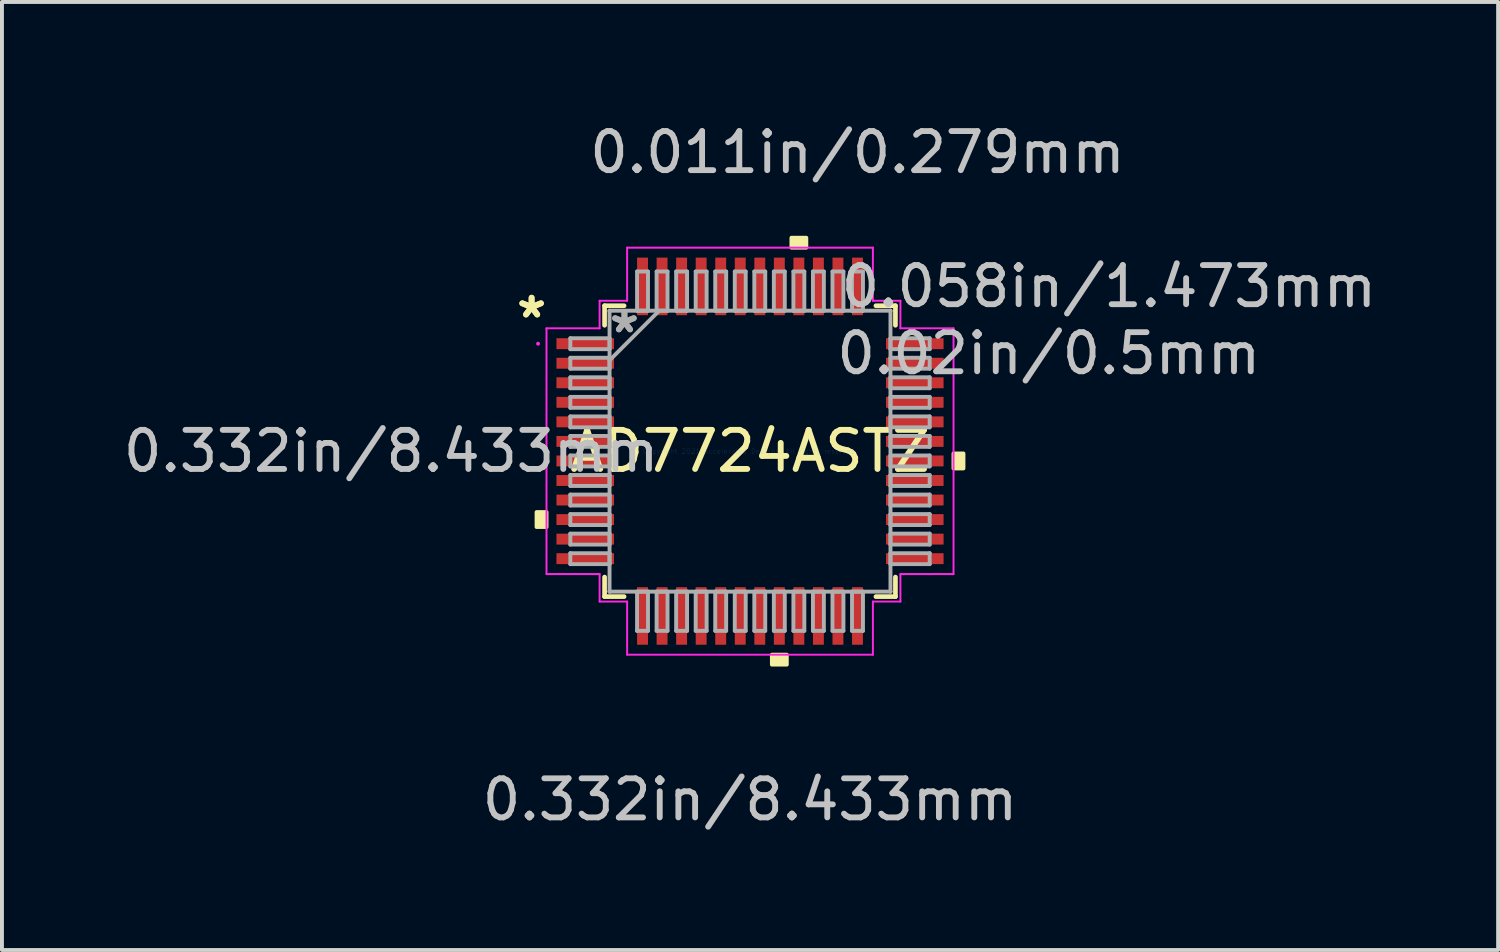
<source format=kicad_pcb>
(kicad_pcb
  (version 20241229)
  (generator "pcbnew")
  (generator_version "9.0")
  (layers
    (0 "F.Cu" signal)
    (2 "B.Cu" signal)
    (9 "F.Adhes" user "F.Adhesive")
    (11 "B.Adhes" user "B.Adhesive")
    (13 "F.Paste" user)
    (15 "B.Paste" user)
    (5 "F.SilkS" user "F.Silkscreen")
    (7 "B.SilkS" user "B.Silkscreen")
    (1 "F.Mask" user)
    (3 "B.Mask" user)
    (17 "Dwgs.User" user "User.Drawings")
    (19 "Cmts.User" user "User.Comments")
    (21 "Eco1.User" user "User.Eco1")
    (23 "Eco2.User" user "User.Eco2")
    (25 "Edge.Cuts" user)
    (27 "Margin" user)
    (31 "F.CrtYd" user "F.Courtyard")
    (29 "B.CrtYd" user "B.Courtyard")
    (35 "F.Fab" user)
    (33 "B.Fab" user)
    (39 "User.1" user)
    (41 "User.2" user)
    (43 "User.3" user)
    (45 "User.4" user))
  (footprint "AD7724ASTZ"
    (layer "F.Cu")
    (at 16.14 8.494)
    (property "Reference" "AD7724ASTZ" (at 0 0 0) (layer "F.SilkS") (effects (font (size 1 1) (thickness 0.15))))
    (attr through_hole)
    (fp_line (start -3.721 -3.721) (end -3.721 -3.222) (stroke (width 0.12) (type solid)) (layer "F.SilkS"))
    (fp_line (start -3.721 3.222) (end -3.721 3.721) (stroke (width 0.12) (type solid)) (layer "F.SilkS"))
    (fp_line (start -3.721 3.721) (end -3.222 3.721) (stroke (width 0.12) (type solid)) (layer "F.SilkS"))
    (fp_line (start -3.222 -3.721) (end -3.721 -3.721) (stroke (width 0.12) (type solid)) (layer "F.SilkS"))
    (fp_line (start 3.222 3.721) (end 3.721 3.721) (stroke (width 0.12) (type solid)) (layer "F.SilkS"))
    (fp_line (start 3.721 -3.721) (end 3.222 -3.721) (stroke (width 0.12) (type solid)) (layer "F.SilkS"))
    (fp_line (start 3.721 -3.222) (end 3.721 -3.721) (stroke (width 0.12) (type solid)) (layer "F.SilkS"))
    (fp_line (start 3.721 3.721) (end 3.721 3.222) (stroke (width 0.12) (type solid)) (layer "F.SilkS"))
    (fp_poly (pts (xy -5.461 1.559) (xy -5.461 1.94) (xy -5.207 1.94) (xy -5.207 1.559)) (stroke (width 0.1) (type solid)) (fill yes) (layer "F.SilkS"))
    (fp_poly (pts (xy 0.56 5.207) (xy 0.56 5.461) (xy 0.941 5.461) (xy 0.941 5.207)) (stroke (width 0.1) (type solid)) (fill yes) (layer "F.SilkS"))
    (fp_poly (pts (xy 1.06 -5.207) (xy 1.06 -5.461) (xy 1.44 -5.461) (xy 1.44 -5.207)) (stroke (width 0.1) (type solid)) (fill yes) (layer "F.SilkS"))
    (fp_poly (pts (xy 5.461 0.059) (xy 5.461 0.441) (xy 5.207 0.441) (xy 5.207 0.059)) (stroke (width 0.1) (type solid)) (fill yes) (layer "F.SilkS"))
    (fp_line (start -5.207 -3.144) (end -3.848 -3.144) (stroke (width 0.05) (type solid)) (layer "F.CrtYd"))
    (fp_line (start -5.207 3.144) (end -5.207 -3.144) (stroke (width 0.05) (type solid)) (layer "F.CrtYd"))
    (fp_line (start -3.848 -3.848) (end -3.144 -3.848) (stroke (width 0.05) (type solid)) (layer "F.CrtYd"))
    (fp_line (start -3.848 -3.144) (end -3.848 -3.848) (stroke (width 0.05) (type solid)) (layer "F.CrtYd"))
    (fp_line (start -3.848 3.144) (end -5.207 3.144) (stroke (width 0.05) (type solid)) (layer "F.CrtYd"))
    (fp_line (start -3.848 3.848) (end -3.848 3.144) (stroke (width 0.05) (type solid)) (layer "F.CrtYd"))
    (fp_line (start -3.144 -5.207) (end 3.144 -5.207) (stroke (width 0.05) (type solid)) (layer "F.CrtYd"))
    (fp_line (start -3.144 -3.848) (end -3.144 -5.207) (stroke (width 0.05) (type solid)) (layer "F.CrtYd"))
    (fp_line (start -3.144 3.848) (end -3.848 3.848) (stroke (width 0.05) (type solid)) (layer "F.CrtYd"))
    (fp_line (start -3.144 5.207) (end -3.144 3.848) (stroke (width 0.05) (type solid)) (layer "F.CrtYd"))
    (fp_line (start 3.144 -5.207) (end 3.144 -3.848) (stroke (width 0.05) (type solid)) (layer "F.CrtYd"))
    (fp_line (start 3.144 -3.848) (end 3.848 -3.848) (stroke (width 0.05) (type solid)) (layer "F.CrtYd"))
    (fp_line (start 3.144 3.848) (end 3.144 5.207) (stroke (width 0.05) (type solid)) (layer "F.CrtYd"))
    (fp_line (start 3.144 5.207) (end -3.144 5.207) (stroke (width 0.05) (type solid)) (layer "F.CrtYd"))
    (fp_line (start 3.848 -3.848) (end 3.848 -3.144) (stroke (width 0.05) (type solid)) (layer "F.CrtYd"))
    (fp_line (start 3.848 -3.144) (end 5.207 -3.144) (stroke (width 0.05) (type solid)) (layer "F.CrtYd"))
    (fp_line (start 3.848 3.144) (end 3.848 3.848) (stroke (width 0.05) (type solid)) (layer "F.CrtYd"))
    (fp_line (start 3.848 3.848) (end 3.144 3.848) (stroke (width 0.05) (type solid)) (layer "F.CrtYd"))
    (fp_line (start 5.207 -3.144) (end 5.207 3.144) (stroke (width 0.05) (type solid)) (layer "F.CrtYd"))
    (fp_line (start 5.207 3.144) (end 3.848 3.144) (stroke (width 0.05) (type solid)) (layer "F.CrtYd"))
    (fp_circle (center -5.423 -2.75) (end -5.423 -2.75) (stroke (width 0.05) (type solid)) (fill no) (layer "F.CrtYd"))
    (fp_line (start -4.597 -2.89) (end -4.597 -2.61) (stroke (width 0.1) (type solid)) (layer "F.Fab"))
    (fp_line (start -4.597 -2.61) (end -3.594 -2.61) (stroke (width 0.1) (type solid)) (layer "F.Fab"))
    (fp_line (start -4.597 -2.39) (end -4.597 -2.11) (stroke (width 0.1) (type solid)) (layer "F.Fab"))
    (fp_line (start -4.597 -2.11) (end -3.594 -2.11) (stroke (width 0.1) (type solid)) (layer "F.Fab"))
    (fp_line (start -4.597 -1.89) (end -4.597 -1.61) (stroke (width 0.1) (type solid)) (layer "F.Fab"))
    (fp_line (start -4.597 -1.61) (end -3.594 -1.61) (stroke (width 0.1) (type solid)) (layer "F.Fab"))
    (fp_line (start -4.597 -1.39) (end -4.597 -1.11) (stroke (width 0.1) (type solid)) (layer "F.Fab"))
    (fp_line (start -4.597 -1.11) (end -3.594 -1.11) (stroke (width 0.1) (type solid)) (layer "F.Fab"))
    (fp_line (start -4.597 -0.89) (end -4.597 -0.61) (stroke (width 0.1) (type solid)) (layer "F.Fab"))
    (fp_line (start -4.597 -0.61) (end -3.594 -0.61) (stroke (width 0.1) (type solid)) (layer "F.Fab"))
    (fp_line (start -4.597 -0.39) (end -4.597 -0.11) (stroke (width 0.1) (type solid)) (layer "F.Fab"))
    (fp_line (start -4.597 -0.11) (end -3.594 -0.11) (stroke (width 0.1) (type solid)) (layer "F.Fab"))
    (fp_line (start -4.597 0.11) (end -4.597 0.39) (stroke (width 0.1) (type solid)) (layer "F.Fab"))
    (fp_line (start -4.597 0.39) (end -3.594 0.39) (stroke (width 0.1) (type solid)) (layer "F.Fab"))
    (fp_line (start -4.597 0.61) (end -4.597 0.89) (stroke (width 0.1) (type solid)) (layer "F.Fab"))
    (fp_line (start -4.597 0.89) (end -3.594 0.89) (stroke (width 0.1) (type solid)) (layer "F.Fab"))
    (fp_line (start -4.597 1.11) (end -4.597 1.39) (stroke (width 0.1) (type solid)) (layer "F.Fab"))
    (fp_line (start -4.597 1.39) (end -3.594 1.39) (stroke (width 0.1) (type solid)) (layer "F.Fab"))
    (fp_line (start -4.597 1.61) (end -4.597 1.89) (stroke (width 0.1) (type solid)) (layer "F.Fab"))
    (fp_line (start -4.597 1.89) (end -3.594 1.89) (stroke (width 0.1) (type solid)) (layer "F.Fab"))
    (fp_line (start -4.597 2.11) (end -4.597 2.39) (stroke (width 0.1) (type solid)) (layer "F.Fab"))
    (fp_line (start -4.597 2.39) (end -3.594 2.39) (stroke (width 0.1) (type solid)) (layer "F.Fab"))
    (fp_line (start -4.597 2.61) (end -4.597 2.89) (stroke (width 0.1) (type solid)) (layer "F.Fab"))
    (fp_line (start -4.597 2.89) (end -3.594 2.89) (stroke (width 0.1) (type solid)) (layer "F.Fab"))
    (fp_line (start -3.594 -3.594) (end -3.594 -3.594) (stroke (width 0.1) (type solid)) (layer "F.Fab"))
    (fp_line (start -3.594 -3.594) (end -3.594 3.594) (stroke (width 0.1) (type solid)) (layer "F.Fab"))
    (fp_line (start -3.594 -2.89) (end -4.597 -2.89) (stroke (width 0.1) (type solid)) (layer "F.Fab"))
    (fp_line (start -3.594 -2.61) (end -3.594 -2.89) (stroke (width 0.1) (type solid)) (layer "F.Fab"))
    (fp_line (start -3.594 -2.39) (end -4.597 -2.39) (stroke (width 0.1) (type solid)) (layer "F.Fab"))
    (fp_line (start -3.594 -2.324) (end -2.324 -3.594) (stroke (width 0.1) (type solid)) (layer "F.Fab"))
    (fp_line (start -3.594 -2.11) (end -3.594 -2.39) (stroke (width 0.1) (type solid)) (layer "F.Fab"))
    (fp_line (start -3.594 -1.89) (end -4.597 -1.89) (stroke (width 0.1) (type solid)) (layer "F.Fab"))
    (fp_line (start -3.594 -1.61) (end -3.594 -1.89) (stroke (width 0.1) (type solid)) (layer "F.Fab"))
    (fp_line (start -3.594 -1.39) (end -4.597 -1.39) (stroke (width 0.1) (type solid)) (layer "F.Fab"))
    (fp_line (start -3.594 -1.11) (end -3.594 -1.39) (stroke (width 0.1) (type solid)) (layer "F.Fab"))
    (fp_line (start -3.594 -0.89) (end -4.597 -0.89) (stroke (width 0.1) (type solid)) (layer "F.Fab"))
    (fp_line (start -3.594 -0.61) (end -3.594 -0.89) (stroke (width 0.1) (type solid)) (layer "F.Fab"))
    (fp_line (start -3.594 -0.39) (end -4.597 -0.39) (stroke (width 0.1) (type solid)) (layer "F.Fab"))
    (fp_line (start -3.594 -0.11) (end -3.594 -0.39) (stroke (width 0.1) (type solid)) (layer "F.Fab"))
    (fp_line (start -3.594 0.11) (end -4.597 0.11) (stroke (width 0.1) (type solid)) (layer "F.Fab"))
    (fp_line (start -3.594 0.39) (end -3.594 0.11) (stroke (width 0.1) (type solid)) (layer "F.Fab"))
    (fp_line (start -3.594 0.61) (end -4.597 0.61) (stroke (width 0.1) (type solid)) (layer "F.Fab"))
    (fp_line (start -3.594 0.89) (end -3.594 0.61) (stroke (width 0.1) (type solid)) (layer "F.Fab"))
    (fp_line (start -3.594 1.11) (end -4.597 1.11) (stroke (width 0.1) (type solid)) (layer "F.Fab"))
    (fp_line (start -3.594 1.39) (end -3.594 1.11) (stroke (width 0.1) (type solid)) (layer "F.Fab"))
    (fp_line (start -3.594 1.61) (end -4.597 1.61) (stroke (width 0.1) (type solid)) (layer "F.Fab"))
    (fp_line (start -3.594 1.89) (end -3.594 1.61) (stroke (width 0.1) (type solid)) (layer "F.Fab"))
    (fp_line (start -3.594 2.11) (end -4.597 2.11) (stroke (width 0.1) (type solid)) (layer "F.Fab"))
    (fp_line (start -3.594 2.39) (end -3.594 2.11) (stroke (width 0.1) (type solid)) (layer "F.Fab"))
    (fp_line (start -3.594 2.61) (end -4.597 2.61) (stroke (width 0.1) (type solid)) (layer "F.Fab"))
    (fp_line (start -3.594 2.89) (end -3.594 2.61) (stroke (width 0.1) (type solid)) (layer "F.Fab"))
    (fp_line (start -3.594 3.594) (end -3.594 3.594) (stroke (width 0.1) (type solid)) (layer "F.Fab"))
    (fp_line (start -3.594 3.594) (end 3.594 3.594) (stroke (width 0.1) (type solid)) (layer "F.Fab"))
    (fp_line (start -2.89 -4.597) (end -2.89 -3.594) (stroke (width 0.1) (type solid)) (layer "F.Fab"))
    (fp_line (start -2.89 -3.594) (end -2.61 -3.594) (stroke (width 0.1) (type solid)) (layer "F.Fab"))
    (fp_line (start -2.89 3.594) (end -2.89 4.597) (stroke (width 0.1) (type solid)) (layer "F.Fab"))
    (fp_line (start -2.89 4.597) (end -2.61 4.597) (stroke (width 0.1) (type solid)) (layer "F.Fab"))
    (fp_line (start -2.61 -4.597) (end -2.89 -4.597) (stroke (width 0.1) (type solid)) (layer "F.Fab"))
    (fp_line (start -2.61 -3.594) (end -2.61 -4.597) (stroke (width 0.1) (type solid)) (layer "F.Fab"))
    (fp_line (start -2.61 3.594) (end -2.89 3.594) (stroke (width 0.1) (type solid)) (layer "F.Fab"))
    (fp_line (start -2.61 4.597) (end -2.61 3.594) (stroke (width 0.1) (type solid)) (layer "F.Fab"))
    (fp_line (start -2.39 -4.597) (end -2.39 -3.594) (stroke (width 0.1) (type solid)) (layer "F.Fab"))
    (fp_line (start -2.39 -3.594) (end -2.11 -3.594) (stroke (width 0.1) (type solid)) (layer "F.Fab"))
    (fp_line (start -2.39 3.594) (end -2.39 4.597) (stroke (width 0.1) (type solid)) (layer "F.Fab"))
    (fp_line (start -2.39 4.597) (end -2.11 4.597) (stroke (width 0.1) (type solid)) (layer "F.Fab"))
    (fp_line (start -2.11 -4.597) (end -2.39 -4.597) (stroke (width 0.1) (type solid)) (layer "F.Fab"))
    (fp_line (start -2.11 -3.594) (end -2.11 -4.597) (stroke (width 0.1) (type solid)) (layer "F.Fab"))
    (fp_line (start -2.11 3.594) (end -2.39 3.594) (stroke (width 0.1) (type solid)) (layer "F.Fab"))
    (fp_line (start -2.11 4.597) (end -2.11 3.594) (stroke (width 0.1) (type solid)) (layer "F.Fab"))
    (fp_line (start -1.89 -4.597) (end -1.89 -3.594) (stroke (width 0.1) (type solid)) (layer "F.Fab"))
    (fp_line (start -1.89 -3.594) (end -1.61 -3.594) (stroke (width 0.1) (type solid)) (layer "F.Fab"))
    (fp_line (start -1.89 3.594) (end -1.89 4.597) (stroke (width 0.1) (type solid)) (layer "F.Fab"))
    (fp_line (start -1.89 4.597) (end -1.61 4.597) (stroke (width 0.1) (type solid)) (layer "F.Fab"))
    (fp_line (start -1.61 -4.597) (end -1.89 -4.597) (stroke (width 0.1) (type solid)) (layer "F.Fab"))
    (fp_line (start -1.61 -3.594) (end -1.61 -4.597) (stroke (width 0.1) (type solid)) (layer "F.Fab"))
    (fp_line (start -1.61 3.594) (end -1.89 3.594) (stroke (width 0.1) (type solid)) (layer "F.Fab"))
    (fp_line (start -1.61 4.597) (end -1.61 3.594) (stroke (width 0.1) (type solid)) (layer "F.Fab"))
    (fp_line (start -1.39 -4.597) (end -1.39 -3.594) (stroke (width 0.1) (type solid)) (layer "F.Fab"))
    (fp_line (start -1.39 -3.594) (end -1.11 -3.594) (stroke (width 0.1) (type solid)) (layer "F.Fab"))
    (fp_line (start -1.39 3.594) (end -1.39 4.597) (stroke (width 0.1) (type solid)) (layer "F.Fab"))
    (fp_line (start -1.39 4.597) (end -1.11 4.597) (stroke (width 0.1) (type solid)) (layer "F.Fab"))
    (fp_line (start -1.11 -4.597) (end -1.39 -4.597) (stroke (width 0.1) (type solid)) (layer "F.Fab"))
    (fp_line (start -1.11 -3.594) (end -1.11 -4.597) (stroke (width 0.1) (type solid)) (layer "F.Fab"))
    (fp_line (start -1.11 3.594) (end -1.39 3.594) (stroke (width 0.1) (type solid)) (layer "F.Fab"))
    (fp_line (start -1.11 4.597) (end -1.11 3.594) (stroke (width 0.1) (type solid)) (layer "F.Fab"))
    (fp_line (start -0.89 -4.597) (end -0.89 -3.594) (stroke (width 0.1) (type solid)) (layer "F.Fab"))
    (fp_line (start -0.89 -3.594) (end -0.61 -3.594) (stroke (width 0.1) (type solid)) (layer "F.Fab"))
    (fp_line (start -0.89 3.594) (end -0.89 4.597) (stroke (width 0.1) (type solid)) (layer "F.Fab"))
    (fp_line (start -0.89 4.597) (end -0.61 4.597) (stroke (width 0.1) (type solid)) (layer "F.Fab"))
    (fp_line (start -0.61 -4.597) (end -0.89 -4.597) (stroke (width 0.1) (type solid)) (layer "F.Fab"))
    (fp_line (start -0.61 -3.594) (end -0.61 -4.597) (stroke (width 0.1) (type solid)) (layer "F.Fab"))
    (fp_line (start -0.61 3.594) (end -0.89 3.594) (stroke (width 0.1) (type solid)) (layer "F.Fab"))
    (fp_line (start -0.61 4.597) (end -0.61 3.594) (stroke (width 0.1) (type solid)) (layer "F.Fab"))
    (fp_line (start -0.39 -4.597) (end -0.39 -3.594) (stroke (width 0.1) (type solid)) (layer "F.Fab"))
    (fp_line (start -0.39 -3.594) (end -0.11 -3.594) (stroke (width 0.1) (type solid)) (layer "F.Fab"))
    (fp_line (start -0.39 3.594) (end -0.39 4.597) (stroke (width 0.1) (type solid)) (layer "F.Fab"))
    (fp_line (start -0.39 4.597) (end -0.11 4.597) (stroke (width 0.1) (type solid)) (layer "F.Fab"))
    (fp_line (start -0.11 -4.597) (end -0.39 -4.597) (stroke (width 0.1) (type solid)) (layer "F.Fab"))
    (fp_line (start -0.11 -3.594) (end -0.11 -4.597) (stroke (width 0.1) (type solid)) (layer "F.Fab"))
    (fp_line (start -0.11 3.594) (end -0.39 3.594) (stroke (width 0.1) (type solid)) (layer "F.Fab"))
    (fp_line (start -0.11 4.597) (end -0.11 3.594) (stroke (width 0.1) (type solid)) (layer "F.Fab"))
    (fp_line (start 0.11 -4.597) (end 0.11 -3.594) (stroke (width 0.1) (type solid)) (layer "F.Fab"))
    (fp_line (start 0.11 -3.594) (end 0.39 -3.594) (stroke (width 0.1) (type solid)) (layer "F.Fab"))
    (fp_line (start 0.11 3.594) (end 0.11 4.597) (stroke (width 0.1) (type solid)) (layer "F.Fab"))
    (fp_line (start 0.11 4.597) (end 0.39 4.597) (stroke (width 0.1) (type solid)) (layer "F.Fab"))
    (fp_line (start 0.39 -4.597) (end 0.11 -4.597) (stroke (width 0.1) (type solid)) (layer "F.Fab"))
    (fp_line (start 0.39 -3.594) (end 0.39 -4.597) (stroke (width 0.1) (type solid)) (layer "F.Fab"))
    (fp_line (start 0.39 3.594) (end 0.11 3.594) (stroke (width 0.1) (type solid)) (layer "F.Fab"))
    (fp_line (start 0.39 4.597) (end 0.39 3.594) (stroke (width 0.1) (type solid)) (layer "F.Fab"))
    (fp_line (start 0.61 -4.597) (end 0.61 -3.594) (stroke (width 0.1) (type solid)) (layer "F.Fab"))
    (fp_line (start 0.61 -3.594) (end 0.89 -3.594) (stroke (width 0.1) (type solid)) (layer "F.Fab"))
    (fp_line (start 0.61 3.594) (end 0.61 4.597) (stroke (width 0.1) (type solid)) (layer "F.Fab"))
    (fp_line (start 0.61 4.597) (end 0.89 4.597) (stroke (width 0.1) (type solid)) (layer "F.Fab"))
    (fp_line (start 0.89 -4.597) (end 0.61 -4.597) (stroke (width 0.1) (type solid)) (layer "F.Fab"))
    (fp_line (start 0.89 -3.594) (end 0.89 -4.597) (stroke (width 0.1) (type solid)) (layer "F.Fab"))
    (fp_line (start 0.89 3.594) (end 0.61 3.594) (stroke (width 0.1) (type solid)) (layer "F.Fab"))
    (fp_line (start 0.89 4.597) (end 0.89 3.594) (stroke (width 0.1) (type solid)) (layer "F.Fab"))
    (fp_line (start 1.11 -4.597) (end 1.11 -3.594) (stroke (width 0.1) (type solid)) (layer "F.Fab"))
    (fp_line (start 1.11 -3.594) (end 1.39 -3.594) (stroke (width 0.1) (type solid)) (layer "F.Fab"))
    (fp_line (start 1.11 3.594) (end 1.11 4.597) (stroke (width 0.1) (type solid)) (layer "F.Fab"))
    (fp_line (start 1.11 4.597) (end 1.39 4.597) (stroke (width 0.1) (type solid)) (layer "F.Fab"))
    (fp_line (start 1.39 -4.597) (end 1.11 -4.597) (stroke (width 0.1) (type solid)) (layer "F.Fab"))
    (fp_line (start 1.39 -3.594) (end 1.39 -4.597) (stroke (width 0.1) (type solid)) (layer "F.Fab"))
    (fp_line (start 1.39 3.594) (end 1.11 3.594) (stroke (width 0.1) (type solid)) (layer "F.Fab"))
    (fp_line (start 1.39 4.597) (end 1.39 3.594) (stroke (width 0.1) (type solid)) (layer "F.Fab"))
    (fp_line (start 1.61 -4.597) (end 1.61 -3.594) (stroke (width 0.1) (type solid)) (layer "F.Fab"))
    (fp_line (start 1.61 -3.594) (end 1.89 -3.594) (stroke (width 0.1) (type solid)) (layer "F.Fab"))
    (fp_line (start 1.61 3.594) (end 1.61 4.597) (stroke (width 0.1) (type solid)) (layer "F.Fab"))
    (fp_line (start 1.61 4.597) (end 1.89 4.597) (stroke (width 0.1) (type solid)) (layer "F.Fab"))
    (fp_line (start 1.89 -4.597) (end 1.61 -4.597) (stroke (width 0.1) (type solid)) (layer "F.Fab"))
    (fp_line (start 1.89 -3.594) (end 1.89 -4.597) (stroke (width 0.1) (type solid)) (layer "F.Fab"))
    (fp_line (start 1.89 3.594) (end 1.61 3.594) (stroke (width 0.1) (type solid)) (layer "F.Fab"))
    (fp_line (start 1.89 4.597) (end 1.89 3.594) (stroke (width 0.1) (type solid)) (layer "F.Fab"))
    (fp_line (start 2.11 -4.597) (end 2.11 -3.594) (stroke (width 0.1) (type solid)) (layer "F.Fab"))
    (fp_line (start 2.11 -3.594) (end 2.39 -3.594) (stroke (width 0.1) (type solid)) (layer "F.Fab"))
    (fp_line (start 2.11 3.594) (end 2.11 4.597) (stroke (width 0.1) (type solid)) (layer "F.Fab"))
    (fp_line (start 2.11 4.597) (end 2.39 4.597) (stroke (width 0.1) (type solid)) (layer "F.Fab"))
    (fp_line (start 2.39 -4.597) (end 2.11 -4.597) (stroke (width 0.1) (type solid)) (layer "F.Fab"))
    (fp_line (start 2.39 -3.594) (end 2.39 -4.597) (stroke (width 0.1) (type solid)) (layer "F.Fab"))
    (fp_line (start 2.39 3.594) (end 2.11 3.594) (stroke (width 0.1) (type solid)) (layer "F.Fab"))
    (fp_line (start 2.39 4.597) (end 2.39 3.594) (stroke (width 0.1) (type solid)) (layer "F.Fab"))
    (fp_line (start 2.61 -4.597) (end 2.61 -3.594) (stroke (width 0.1) (type solid)) (layer "F.Fab"))
    (fp_line (start 2.61 -3.594) (end 2.89 -3.594) (stroke (width 0.1) (type solid)) (layer "F.Fab"))
    (fp_line (start 2.61 3.594) (end 2.61 4.597) (stroke (width 0.1) (type solid)) (layer "F.Fab"))
    (fp_line (start 2.61 4.597) (end 2.89 4.597) (stroke (width 0.1) (type solid)) (layer "F.Fab"))
    (fp_line (start 2.89 -4.597) (end 2.61 -4.597) (stroke (width 0.1) (type solid)) (layer "F.Fab"))
    (fp_line (start 2.89 -3.594) (end 2.89 -4.597) (stroke (width 0.1) (type solid)) (layer "F.Fab"))
    (fp_line (start 2.89 3.594) (end 2.61 3.594) (stroke (width 0.1) (type solid)) (layer "F.Fab"))
    (fp_line (start 2.89 4.597) (end 2.89 3.594) (stroke (width 0.1) (type solid)) (layer "F.Fab"))
    (fp_line (start 3.594 -3.594) (end -3.594 -3.594) (stroke (width 0.1) (type solid)) (layer "F.Fab"))
    (fp_line (start 3.594 -3.594) (end 3.594 -3.594) (stroke (width 0.1) (type solid)) (layer "F.Fab"))
    (fp_line (start 3.594 -2.89) (end 3.594 -2.61) (stroke (width 0.1) (type solid)) (layer "F.Fab"))
    (fp_line (start 3.594 -2.61) (end 4.597 -2.61) (stroke (width 0.1) (type solid)) (layer "F.Fab"))
    (fp_line (start 3.594 -2.39) (end 3.594 -2.11) (stroke (width 0.1) (type solid)) (layer "F.Fab"))
    (fp_line (start 3.594 -2.11) (end 4.597 -2.11) (stroke (width 0.1) (type solid)) (layer "F.Fab"))
    (fp_line (start 3.594 -1.89) (end 3.594 -1.61) (stroke (width 0.1) (type solid)) (layer "F.Fab"))
    (fp_line (start 3.594 -1.61) (end 4.597 -1.61) (stroke (width 0.1) (type solid)) (layer "F.Fab"))
    (fp_line (start 3.594 -1.39) (end 3.594 -1.11) (stroke (width 0.1) (type solid)) (layer "F.Fab"))
    (fp_line (start 3.594 -1.11) (end 4.597 -1.11) (stroke (width 0.1) (type solid)) (layer "F.Fab"))
    (fp_line (start 3.594 -0.89) (end 3.594 -0.61) (stroke (width 0.1) (type solid)) (layer "F.Fab"))
    (fp_line (start 3.594 -0.61) (end 4.597 -0.61) (stroke (width 0.1) (type solid)) (layer "F.Fab"))
    (fp_line (start 3.594 -0.39) (end 3.594 -0.11) (stroke (width 0.1) (type solid)) (layer "F.Fab"))
    (fp_line (start 3.594 -0.11) (end 4.597 -0.11) (stroke (width 0.1) (type solid)) (layer "F.Fab"))
    (fp_line (start 3.594 0.11) (end 3.594 0.39) (stroke (width 0.1) (type solid)) (layer "F.Fab"))
    (fp_line (start 3.594 0.39) (end 4.597 0.39) (stroke (width 0.1) (type solid)) (layer "F.Fab"))
    (fp_line (start 3.594 0.61) (end 3.594 0.89) (stroke (width 0.1) (type solid)) (layer "F.Fab"))
    (fp_line (start 3.594 0.89) (end 4.597 0.89) (stroke (width 0.1) (type solid)) (layer "F.Fab"))
    (fp_line (start 3.594 1.11) (end 3.594 1.39) (stroke (width 0.1) (type solid)) (layer "F.Fab"))
    (fp_line (start 3.594 1.39) (end 4.597 1.39) (stroke (width 0.1) (type solid)) (layer "F.Fab"))
    (fp_line (start 3.594 1.61) (end 3.594 1.89) (stroke (width 0.1) (type solid)) (layer "F.Fab"))
    (fp_line (start 3.594 1.89) (end 4.597 1.89) (stroke (width 0.1) (type solid)) (layer "F.Fab"))
    (fp_line (start 3.594 2.11) (end 3.594 2.39) (stroke (width 0.1) (type solid)) (layer "F.Fab"))
    (fp_line (start 3.594 2.39) (end 4.597 2.39) (stroke (width 0.1) (type solid)) (layer "F.Fab"))
    (fp_line (start 3.594 2.61) (end 3.594 2.89) (stroke (width 0.1) (type solid)) (layer "F.Fab"))
    (fp_line (start 3.594 2.89) (end 4.597 2.89) (stroke (width 0.1) (type solid)) (layer "F.Fab"))
    (fp_line (start 3.594 3.594) (end 3.594 -3.594) (stroke (width 0.1) (type solid)) (layer "F.Fab"))
    (fp_line (start 3.594 3.594) (end 3.594 3.594) (stroke (width 0.1) (type solid)) (layer "F.Fab"))
    (fp_line (start 4.597 -2.89) (end 3.594 -2.89) (stroke (width 0.1) (type solid)) (layer "F.Fab"))
    (fp_line (start 4.597 -2.61) (end 4.597 -2.89) (stroke (width 0.1) (type solid)) (layer "F.Fab"))
    (fp_line (start 4.597 -2.39) (end 3.594 -2.39) (stroke (width 0.1) (type solid)) (layer "F.Fab"))
    (fp_line (start 4.597 -2.11) (end 4.597 -2.39) (stroke (width 0.1) (type solid)) (layer "F.Fab"))
    (fp_line (start 4.597 -1.89) (end 3.594 -1.89) (stroke (width 0.1) (type solid)) (layer "F.Fab"))
    (fp_line (start 4.597 -1.61) (end 4.597 -1.89) (stroke (width 0.1) (type solid)) (layer "F.Fab"))
    (fp_line (start 4.597 -1.39) (end 3.594 -1.39) (stroke (width 0.1) (type solid)) (layer "F.Fab"))
    (fp_line (start 4.597 -1.11) (end 4.597 -1.39) (stroke (width 0.1) (type solid)) (layer "F.Fab"))
    (fp_line (start 4.597 -0.89) (end 3.594 -0.89) (stroke (width 0.1) (type solid)) (layer "F.Fab"))
    (fp_line (start 4.597 -0.61) (end 4.597 -0.89) (stroke (width 0.1) (type solid)) (layer "F.Fab"))
    (fp_line (start 4.597 -0.39) (end 3.594 -0.39) (stroke (width 0.1) (type solid)) (layer "F.Fab"))
    (fp_line (start 4.597 -0.11) (end 4.597 -0.39) (stroke (width 0.1) (type solid)) (layer "F.Fab"))
    (fp_line (start 4.597 0.11) (end 3.594 0.11) (stroke (width 0.1) (type solid)) (layer "F.Fab"))
    (fp_line (start 4.597 0.39) (end 4.597 0.11) (stroke (width 0.1) (type solid)) (layer "F.Fab"))
    (fp_line (start 4.597 0.61) (end 3.594 0.61) (stroke (width 0.1) (type solid)) (layer "F.Fab"))
    (fp_line (start 4.597 0.89) (end 4.597 0.61) (stroke (width 0.1) (type solid)) (layer "F.Fab"))
    (fp_line (start 4.597 1.11) (end 3.594 1.11) (stroke (width 0.1) (type solid)) (layer "F.Fab"))
    (fp_line (start 4.597 1.39) (end 4.597 1.11) (stroke (width 0.1) (type solid)) (layer "F.Fab"))
    (fp_line (start 4.597 1.61) (end 3.594 1.61) (stroke (width 0.1) (type solid)) (layer "F.Fab"))
    (fp_line (start 4.597 1.89) (end 4.597 1.61) (stroke (width 0.1) (type solid)) (layer "F.Fab"))
    (fp_line (start 4.597 2.11) (end 3.594 2.11) (stroke (width 0.1) (type solid)) (layer "F.Fab"))
    (fp_line (start 4.597 2.39) (end 4.597 2.11) (stroke (width 0.1) (type solid)) (layer "F.Fab"))
    (fp_line (start 4.597 2.61) (end 3.594 2.61) (stroke (width 0.1) (type solid)) (layer "F.Fab"))
    (fp_line (start 4.597 2.89) (end 4.597 2.61) (stroke (width 0.1) (type solid)) (layer "F.Fab"))
    (fp_text user "*" (at -5.588 -3.381 0) (layer "F.SilkS") (effects (font (size 1 1) (thickness 0.15))))
    (fp_text user "*" (at -5.588 -3.381 0) (layer "F.SilkS") (effects (font (size 1 1) (thickness 0.15))))
    (fp_text user "0.058in/1.473mm" (at 9.182 -4.216 0) (layer "Dwgs.User") (effects (font (size 1 1) (thickness 0.15))))
    (fp_text user "0.011in/0.279mm" (at 2.75 -7.645 0) (layer "Dwgs.User") (effects (font (size 1 1) (thickness 0.15))))
    (fp_text user "0.332in/8.433mm" (at 0 8.915 0) (layer "Dwgs.User") (effects (font (size 1 1) (thickness 0.15))))
    (fp_text user "0.02in/0.5mm" (at 7.645 -2.5 0) (layer "Dwgs.User") (effects (font (size 1 1) (thickness 0.15))))
    (fp_text user "0.332in/8.433mm" (at -9.182 0 0) (layer "Dwgs.User") (effects (font (size 1 1) (thickness 0.15))))
    (fp_text user "Copyright 2021 Accelerated Designs. All rights reserved." (at 0 0 0) (layer "Cmts.User") (effects (font (size 0.127 0.127) (thickness 0.002))))
    (fp_text user "*" (at -3.213 -3 0) (layer "F.Fab") (effects (font (size 1 1) (thickness 0.15))))
    (fp_text user "*" (at -3.213 -3 0) (layer "F.Fab") (effects (font (size 1 1) (thickness 0.15))))
    (pad "1" smd rect (at -4.216 -2.75 90) (size 0.279 1.473) (layers "F.Cu" "F.Mask" "F.Paste"))
    (pad "2" smd rect (at -4.216 -2.25 90) (size 0.279 1.473) (layers "F.Cu" "F.Mask" "F.Paste"))
    (pad "3" smd rect (at -4.216 -1.75 90) (size 0.279 1.473) (layers "F.Cu" "F.Mask" "F.Paste"))
    (pad "4" smd rect (at -4.216 -1.25 90) (size 0.279 1.473) (layers "F.Cu" "F.Mask" "F.Paste"))
    (pad "5" smd rect (at -4.216 -0.75 90) (size 0.279 1.473) (layers "F.Cu" "F.Mask" "F.Paste"))
    (pad "6" smd rect (at -4.216 -0.25 90) (size 0.279 1.473) (layers "F.Cu" "F.Mask" "F.Paste"))
    (pad "7" smd rect (at -4.216 0.25 90) (size 0.279 1.473) (layers "F.Cu" "F.Mask" "F.Paste"))
    (pad "8" smd rect (at -4.216 0.75 90) (size 0.279 1.473) (layers "F.Cu" "F.Mask" "F.Paste"))
    (pad "9" smd rect (at -4.216 1.25 90) (size 0.279 1.473) (layers "F.Cu" "F.Mask" "F.Paste"))
    (pad "10" smd rect (at -4.216 1.75 90) (size 0.279 1.473) (layers "F.Cu" "F.Mask" "F.Paste"))
    (pad "11" smd rect (at -4.216 2.25 90) (size 0.279 1.473) (layers "F.Cu" "F.Mask" "F.Paste"))
    (pad "12" smd rect (at -4.216 2.75 90) (size 0.279 1.473) (layers "F.Cu" "F.Mask" "F.Paste"))
    (pad "13" smd rect (at -2.75 4.216) (size 0.279 1.473) (layers "F.Cu" "F.Mask" "F.Paste"))
    (pad "14" smd rect (at -2.25 4.216) (size 0.279 1.473) (layers "F.Cu" "F.Mask" "F.Paste"))
    (pad "15" smd rect (at -1.75 4.216) (size 0.279 1.473) (layers "F.Cu" "F.Mask" "F.Paste"))
    (pad "16" smd rect (at -1.25 4.216) (size 0.279 1.473) (layers "F.Cu" "F.Mask" "F.Paste"))
    (pad "17" smd rect (at -0.75 4.216) (size 0.279 1.473) (layers "F.Cu" "F.Mask" "F.Paste"))
    (pad "18" smd rect (at -0.25 4.216) (size 0.279 1.473) (layers "F.Cu" "F.Mask" "F.Paste"))
    (pad "19" smd rect (at 0.25 4.216) (size 0.279 1.473) (layers "F.Cu" "F.Mask" "F.Paste"))
    (pad "20" smd rect (at 0.75 4.216) (size 0.279 1.473) (layers "F.Cu" "F.Mask" "F.Paste"))
    (pad "21" smd rect (at 1.25 4.216) (size 0.279 1.473) (layers "F.Cu" "F.Mask" "F.Paste"))
    (pad "22" smd rect (at 1.75 4.216) (size 0.279 1.473) (layers "F.Cu" "F.Mask" "F.Paste"))
    (pad "23" smd rect (at 2.25 4.216) (size 0.279 1.473) (layers "F.Cu" "F.Mask" "F.Paste"))
    (pad "24" smd rect (at 2.75 4.216) (size 0.279 1.473) (layers "F.Cu" "F.Mask" "F.Paste"))
    (pad "25" smd rect (at 4.216 2.75 90) (size 0.279 1.473) (layers "F.Cu" "F.Mask" "F.Paste"))
    (pad "26" smd rect (at 4.216 2.25 90) (size 0.279 1.473) (layers "F.Cu" "F.Mask" "F.Paste"))
    (pad "27" smd rect (at 4.216 1.75 90) (size 0.279 1.473) (layers "F.Cu" "F.Mask" "F.Paste"))
    (pad "28" smd rect (at 4.216 1.25 90) (size 0.279 1.473) (layers "F.Cu" "F.Mask" "F.Paste"))
    (pad "29" smd rect (at 4.216 0.75 90) (size 0.279 1.473) (layers "F.Cu" "F.Mask" "F.Paste"))
    (pad "30" smd rect (at 4.216 0.25 90) (size 0.279 1.473) (layers "F.Cu" "F.Mask" "F.Paste"))
    (pad "31" smd rect (at 4.216 -0.25 90) (size 0.279 1.473) (layers "F.Cu" "F.Mask" "F.Paste"))
    (pad "32" smd rect (at 4.216 -0.75 90) (size 0.279 1.473) (layers "F.Cu" "F.Mask" "F.Paste"))
    (pad "33" smd rect (at 4.216 -1.25 90) (size 0.279 1.473) (layers "F.Cu" "F.Mask" "F.Paste"))
    (pad "34" smd rect (at 4.216 -1.75 90) (size 0.279 1.473) (layers "F.Cu" "F.Mask" "F.Paste"))
    (pad "35" smd rect (at 4.216 -2.25 90) (size 0.279 1.473) (layers "F.Cu" "F.Mask" "F.Paste"))
    (pad "36" smd rect (at 4.216 -2.75 90) (size 0.279 1.473) (layers "F.Cu" "F.Mask" "F.Paste"))
    (pad "37" smd rect (at 2.75 -4.216) (size 0.279 1.473) (layers "F.Cu" "F.Mask" "F.Paste"))
    (pad "38" smd rect (at 2.25 -4.216) (size 0.279 1.473) (layers "F.Cu" "F.Mask" "F.Paste"))
    (pad "39" smd rect (at 1.75 -4.216) (size 0.279 1.473) (layers "F.Cu" "F.Mask" "F.Paste"))
    (pad "40" smd rect (at 1.25 -4.216) (size 0.279 1.473) (layers "F.Cu" "F.Mask" "F.Paste"))
    (pad "41" smd rect (at 0.75 -4.216) (size 0.279 1.473) (layers "F.Cu" "F.Mask" "F.Paste"))
    (pad "42" smd rect (at 0.25 -4.216) (size 0.279 1.473) (layers "F.Cu" "F.Mask" "F.Paste"))
    (pad "43" smd rect (at -0.25 -4.216) (size 0.279 1.473) (layers "F.Cu" "F.Mask" "F.Paste"))
    (pad "44" smd rect (at -0.75 -4.216) (size 0.279 1.473) (layers "F.Cu" "F.Mask" "F.Paste"))
    (pad "45" smd rect (at -1.25 -4.216) (size 0.279 1.473) (layers "F.Cu" "F.Mask" "F.Paste"))
    (pad "46" smd rect (at -1.75 -4.216) (size 0.279 1.473) (layers "F.Cu" "F.Mask" "F.Paste"))
    (pad "47" smd rect (at -2.25 -4.216) (size 0.279 1.473) (layers "F.Cu" "F.Mask" "F.Paste"))
    (pad "48" smd rect (at -2.75 -4.216) (size 0.279 1.473) (layers "F.Cu" "F.Mask" "F.Paste")))
  (gr_rect
    (start -3 -3)
    (end 35.281 21.257)
    (stroke (width 0.1) (type default))
    (fill no)
    (layer "Edge.Cuts")))
</source>
